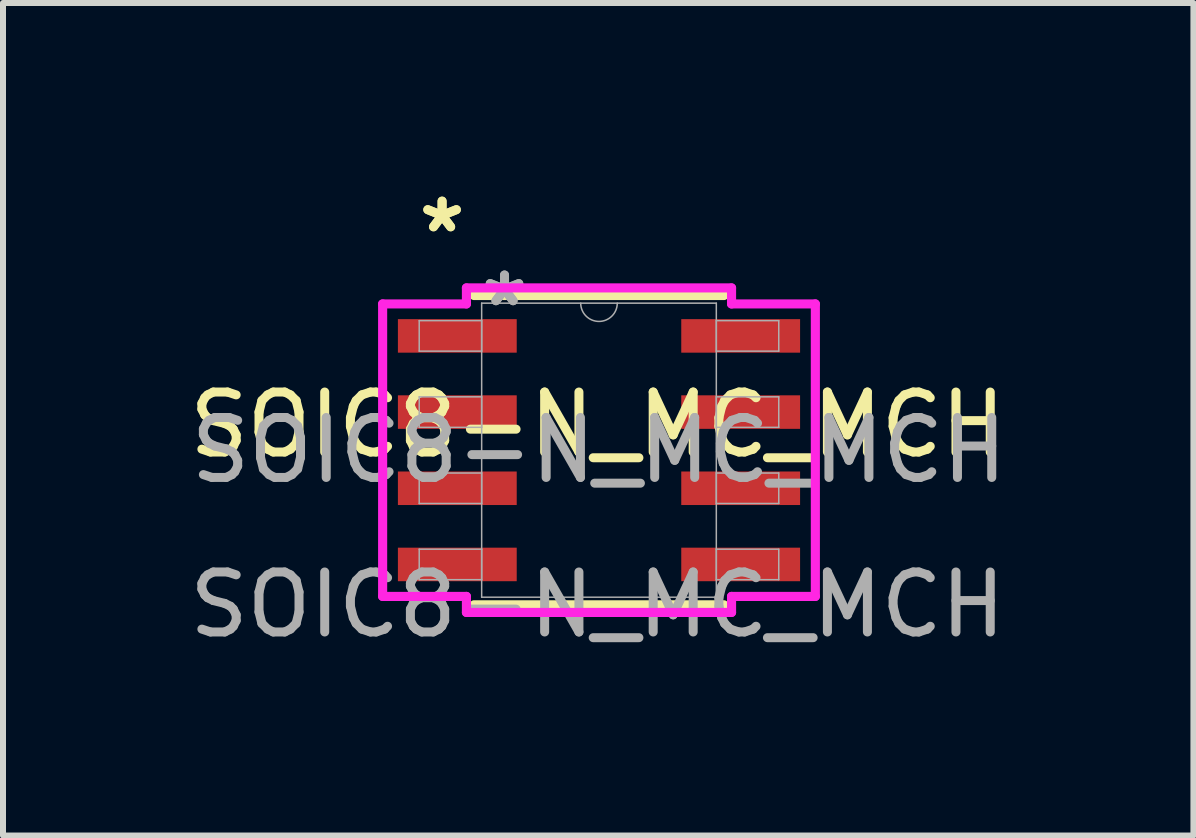
<source format=kicad_pcb>
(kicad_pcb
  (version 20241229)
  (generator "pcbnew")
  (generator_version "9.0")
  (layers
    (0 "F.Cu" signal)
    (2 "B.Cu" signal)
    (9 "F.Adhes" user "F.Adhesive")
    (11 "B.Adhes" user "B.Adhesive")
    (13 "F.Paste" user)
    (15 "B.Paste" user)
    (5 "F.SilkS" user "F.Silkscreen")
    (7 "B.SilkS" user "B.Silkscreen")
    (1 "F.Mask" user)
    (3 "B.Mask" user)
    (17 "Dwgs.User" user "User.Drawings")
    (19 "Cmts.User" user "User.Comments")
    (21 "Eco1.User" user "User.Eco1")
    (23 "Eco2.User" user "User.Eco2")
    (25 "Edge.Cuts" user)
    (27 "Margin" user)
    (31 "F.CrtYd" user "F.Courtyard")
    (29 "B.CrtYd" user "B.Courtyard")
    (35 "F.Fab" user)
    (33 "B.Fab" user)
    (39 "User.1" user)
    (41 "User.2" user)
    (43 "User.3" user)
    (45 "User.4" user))
  (footprint "SOIC8-N_MC_MCH"
    (layer "F.Cu")
    (at 6.911 4.531)
    (property "Reference" "SOIC8-N_MC_MCH" (at 0 -0.5 0) (unlocked yes) (layer "F.SilkS") (effects (font (size 1 1) (thickness 0.15))))
    (attr smd)
    (fp_line (start -2.058 2.502) (end 2.108 2.502) (stroke (width 0.152) (type solid)) (layer "F.SilkS"))
    (fp_line (start 2.108 -2.654) (end -2.058 -2.654) (stroke (width 0.152) (type solid)) (layer "F.SilkS"))
    (fp_line (start -3.582 -2.514) (end -2.185 -2.514) (stroke (width 0.152) (type solid)) (layer "F.CrtYd"))
    (fp_line (start -3.582 2.362) (end -3.582 -2.514) (stroke (width 0.152) (type solid)) (layer "F.CrtYd"))
    (fp_line (start -3.582 2.362) (end -2.185 2.362) (stroke (width 0.152) (type solid)) (layer "F.CrtYd"))
    (fp_line (start -2.185 -2.781) (end 2.235 -2.781) (stroke (width 0.152) (type solid)) (layer "F.CrtYd"))
    (fp_line (start -2.185 -2.514) (end -2.185 -2.781) (stroke (width 0.152) (type solid)) (layer "F.CrtYd"))
    (fp_line (start -2.185 2.629) (end -2.185 2.362) (stroke (width 0.152) (type solid)) (layer "F.CrtYd"))
    (fp_line (start 2.235 -2.781) (end 2.235 -2.514) (stroke (width 0.152) (type solid)) (layer "F.CrtYd"))
    (fp_line (start 2.235 2.362) (end 2.235 2.629) (stroke (width 0.152) (type solid)) (layer "F.CrtYd"))
    (fp_line (start 2.235 2.629) (end -2.185 2.629) (stroke (width 0.152) (type solid)) (layer "F.CrtYd"))
    (fp_line (start 3.632 -2.514) (end 2.235 -2.514) (stroke (width 0.152) (type solid)) (layer "F.CrtYd"))
    (fp_line (start 3.632 -2.514) (end 3.632 2.362) (stroke (width 0.152) (type solid)) (layer "F.CrtYd"))
    (fp_line (start 3.632 2.362) (end 2.235 2.362) (stroke (width 0.152) (type solid)) (layer "F.CrtYd"))
    (fp_line (start -2.972 -2.235) (end -2.972 -1.727) (stroke (width 0.025) (type solid)) (layer "F.Fab"))
    (fp_line (start -2.972 -1.727) (end -1.931 -1.727) (stroke (width 0.025) (type solid)) (layer "F.Fab"))
    (fp_line (start -2.972 -0.965) (end -2.972 -0.457) (stroke (width 0.025) (type solid)) (layer "F.Fab"))
    (fp_line (start -2.972 -0.457) (end -1.931 -0.457) (stroke (width 0.025) (type solid)) (layer "F.Fab"))
    (fp_line (start -2.972 0.305) (end -2.972 0.813) (stroke (width 0.025) (type solid)) (layer "F.Fab"))
    (fp_line (start -2.972 0.813) (end -1.931 0.813) (stroke (width 0.025) (type solid)) (layer "F.Fab"))
    (fp_line (start -2.972 1.575) (end -2.972 2.083) (stroke (width 0.025) (type solid)) (layer "F.Fab"))
    (fp_line (start -2.972 2.083) (end -1.931 2.083) (stroke (width 0.025) (type solid)) (layer "F.Fab"))
    (fp_line (start -1.931 -2.527) (end -1.931 2.375) (stroke (width 0.025) (type solid)) (layer "F.Fab"))
    (fp_line (start -1.931 -2.235) (end -2.972 -2.235) (stroke (width 0.025) (type solid)) (layer "F.Fab"))
    (fp_line (start -1.931 -1.727) (end -1.931 -2.235) (stroke (width 0.025) (type solid)) (layer "F.Fab"))
    (fp_line (start -1.931 -0.965) (end -2.972 -0.965) (stroke (width 0.025) (type solid)) (layer "F.Fab"))
    (fp_line (start -1.931 -0.457) (end -1.931 -0.965) (stroke (width 0.025) (type solid)) (layer "F.Fab"))
    (fp_line (start -1.931 0.305) (end -2.972 0.305) (stroke (width 0.025) (type solid)) (layer "F.Fab"))
    (fp_line (start -1.931 0.813) (end -1.931 0.305) (stroke (width 0.025) (type solid)) (layer "F.Fab"))
    (fp_line (start -1.931 1.575) (end -2.972 1.575) (stroke (width 0.025) (type solid)) (layer "F.Fab"))
    (fp_line (start -1.931 2.083) (end -1.931 1.575) (stroke (width 0.025) (type solid)) (layer "F.Fab"))
    (fp_line (start -1.931 2.375) (end 1.981 2.375) (stroke (width 0.025) (type solid)) (layer "F.Fab"))
    (fp_line (start 1.981 -2.527) (end -1.931 -2.527) (stroke (width 0.025) (type solid)) (layer "F.Fab"))
    (fp_line (start 1.981 -2.235) (end 1.981 -1.727) (stroke (width 0.025) (type solid)) (layer "F.Fab"))
    (fp_line (start 1.981 -1.727) (end 3.022 -1.727) (stroke (width 0.025) (type solid)) (layer "F.Fab"))
    (fp_line (start 1.981 -0.965) (end 1.981 -0.457) (stroke (width 0.025) (type solid)) (layer "F.Fab"))
    (fp_line (start 1.981 -0.457) (end 3.022 -0.457) (stroke (width 0.025) (type solid)) (layer "F.Fab"))
    (fp_line (start 1.981 0.305) (end 1.981 0.813) (stroke (width 0.025) (type solid)) (layer "F.Fab"))
    (fp_line (start 1.981 0.813) (end 3.022 0.813) (stroke (width 0.025) (type solid)) (layer "F.Fab"))
    (fp_line (start 1.981 1.575) (end 1.981 2.083) (stroke (width 0.025) (type solid)) (layer "F.Fab"))
    (fp_line (start 1.981 2.083) (end 3.022 2.083) (stroke (width 0.025) (type solid)) (layer "F.Fab"))
    (fp_line (start 1.981 2.375) (end 1.981 -2.527) (stroke (width 0.025) (type solid)) (layer "F.Fab"))
    (fp_line (start 3.022 -2.235) (end 1.981 -2.235) (stroke (width 0.025) (type solid)) (layer "F.Fab"))
    (fp_line (start 3.022 -1.727) (end 3.022 -2.235) (stroke (width 0.025) (type solid)) (layer "F.Fab"))
    (fp_line (start 3.022 -0.965) (end 1.981 -0.965) (stroke (width 0.025) (type solid)) (layer "F.Fab"))
    (fp_line (start 3.022 -0.457) (end 3.022 -0.965) (stroke (width 0.025) (type solid)) (layer "F.Fab"))
    (fp_line (start 3.022 0.305) (end 1.981 0.305) (stroke (width 0.025) (type solid)) (layer "F.Fab"))
    (fp_line (start 3.022 0.813) (end 3.022 0.305) (stroke (width 0.025) (type solid)) (layer "F.Fab"))
    (fp_line (start 3.022 1.575) (end 1.981 1.575) (stroke (width 0.025) (type solid)) (layer "F.Fab"))
    (fp_line (start 3.022 2.083) (end 3.022 1.575) (stroke (width 0.025) (type solid)) (layer "F.Fab"))
    (fp_arc (start 0.3298 -2.5272) (mid 0.025 -2.2224) (end -0.2798 -2.5272) (stroke (width 0.0254) (type solid)) (layer "F.Fab"))
    (fp_text user "*" (at -2.591 -3.683 0) (layer "F.SilkS") (effects (font (size 1 1) (thickness 0.15))))
    (fp_text user "*" (at -2.591 -3.683 0) (unlocked yes) (layer "F.SilkS") (effects (font (size 1 1) (thickness 0.15))))
    (fp_text user "${REFERENCE}" (at 0.025 -0.076 0) (unlocked yes) (layer "F.Fab") (effects (font (size 1 1) (thickness 0.15))))
    (fp_text user "*" (at -1.55 -2.451 0) (unlocked yes) (layer "F.Fab") (effects (font (size 1 1) (thickness 0.15))))
    (fp_text user "${REFERENCE}" (at 0 2.5 0) (unlocked yes) (layer "F.Fab") (effects (font (size 1 1) (thickness 0.15))))
    (fp_text user "*" (at -1.55 -2.451 0) (layer "F.Fab") (effects (font (size 1 1) (thickness 0.15))))
    (pad "1" smd rect (at -2.337 -1.981) (size 1.981 0.559) (layers "F.Cu" "F.Mask" "F.Paste"))
    (pad "2" smd rect (at -2.337 -0.711) (size 1.981 0.559) (layers "F.Cu" "F.Mask" "F.Paste"))
    (pad "3" smd rect (at -2.337 0.559) (size 1.981 0.559) (layers "F.Cu" "F.Mask" "F.Paste"))
    (pad "4" smd rect (at -2.337 1.829) (size 1.981 0.559) (layers "F.Cu" "F.Mask" "F.Paste"))
    (pad "5" smd rect (at 2.387 1.829) (size 1.981 0.559) (layers "F.Cu" "F.Mask" "F.Paste"))
    (pad "6" smd rect (at 2.387 0.559) (size 1.981 0.559) (layers "F.Cu" "F.Mask" "F.Paste"))
    (pad "7" smd rect (at 2.387 -0.711) (size 1.981 0.559) (layers "F.Cu" "F.Mask" "F.Paste"))
    (pad "8" smd rect (at 2.387 -1.981) (size 1.981 0.559) (layers "F.Cu" "F.Mask" "F.Paste")))
  (gr_rect
    (start -3 -3)
    (end 16.846 10.879)
    (stroke (width 0.1) (type default))
    (fill no)
    (layer "Edge.Cuts")))
</source>
